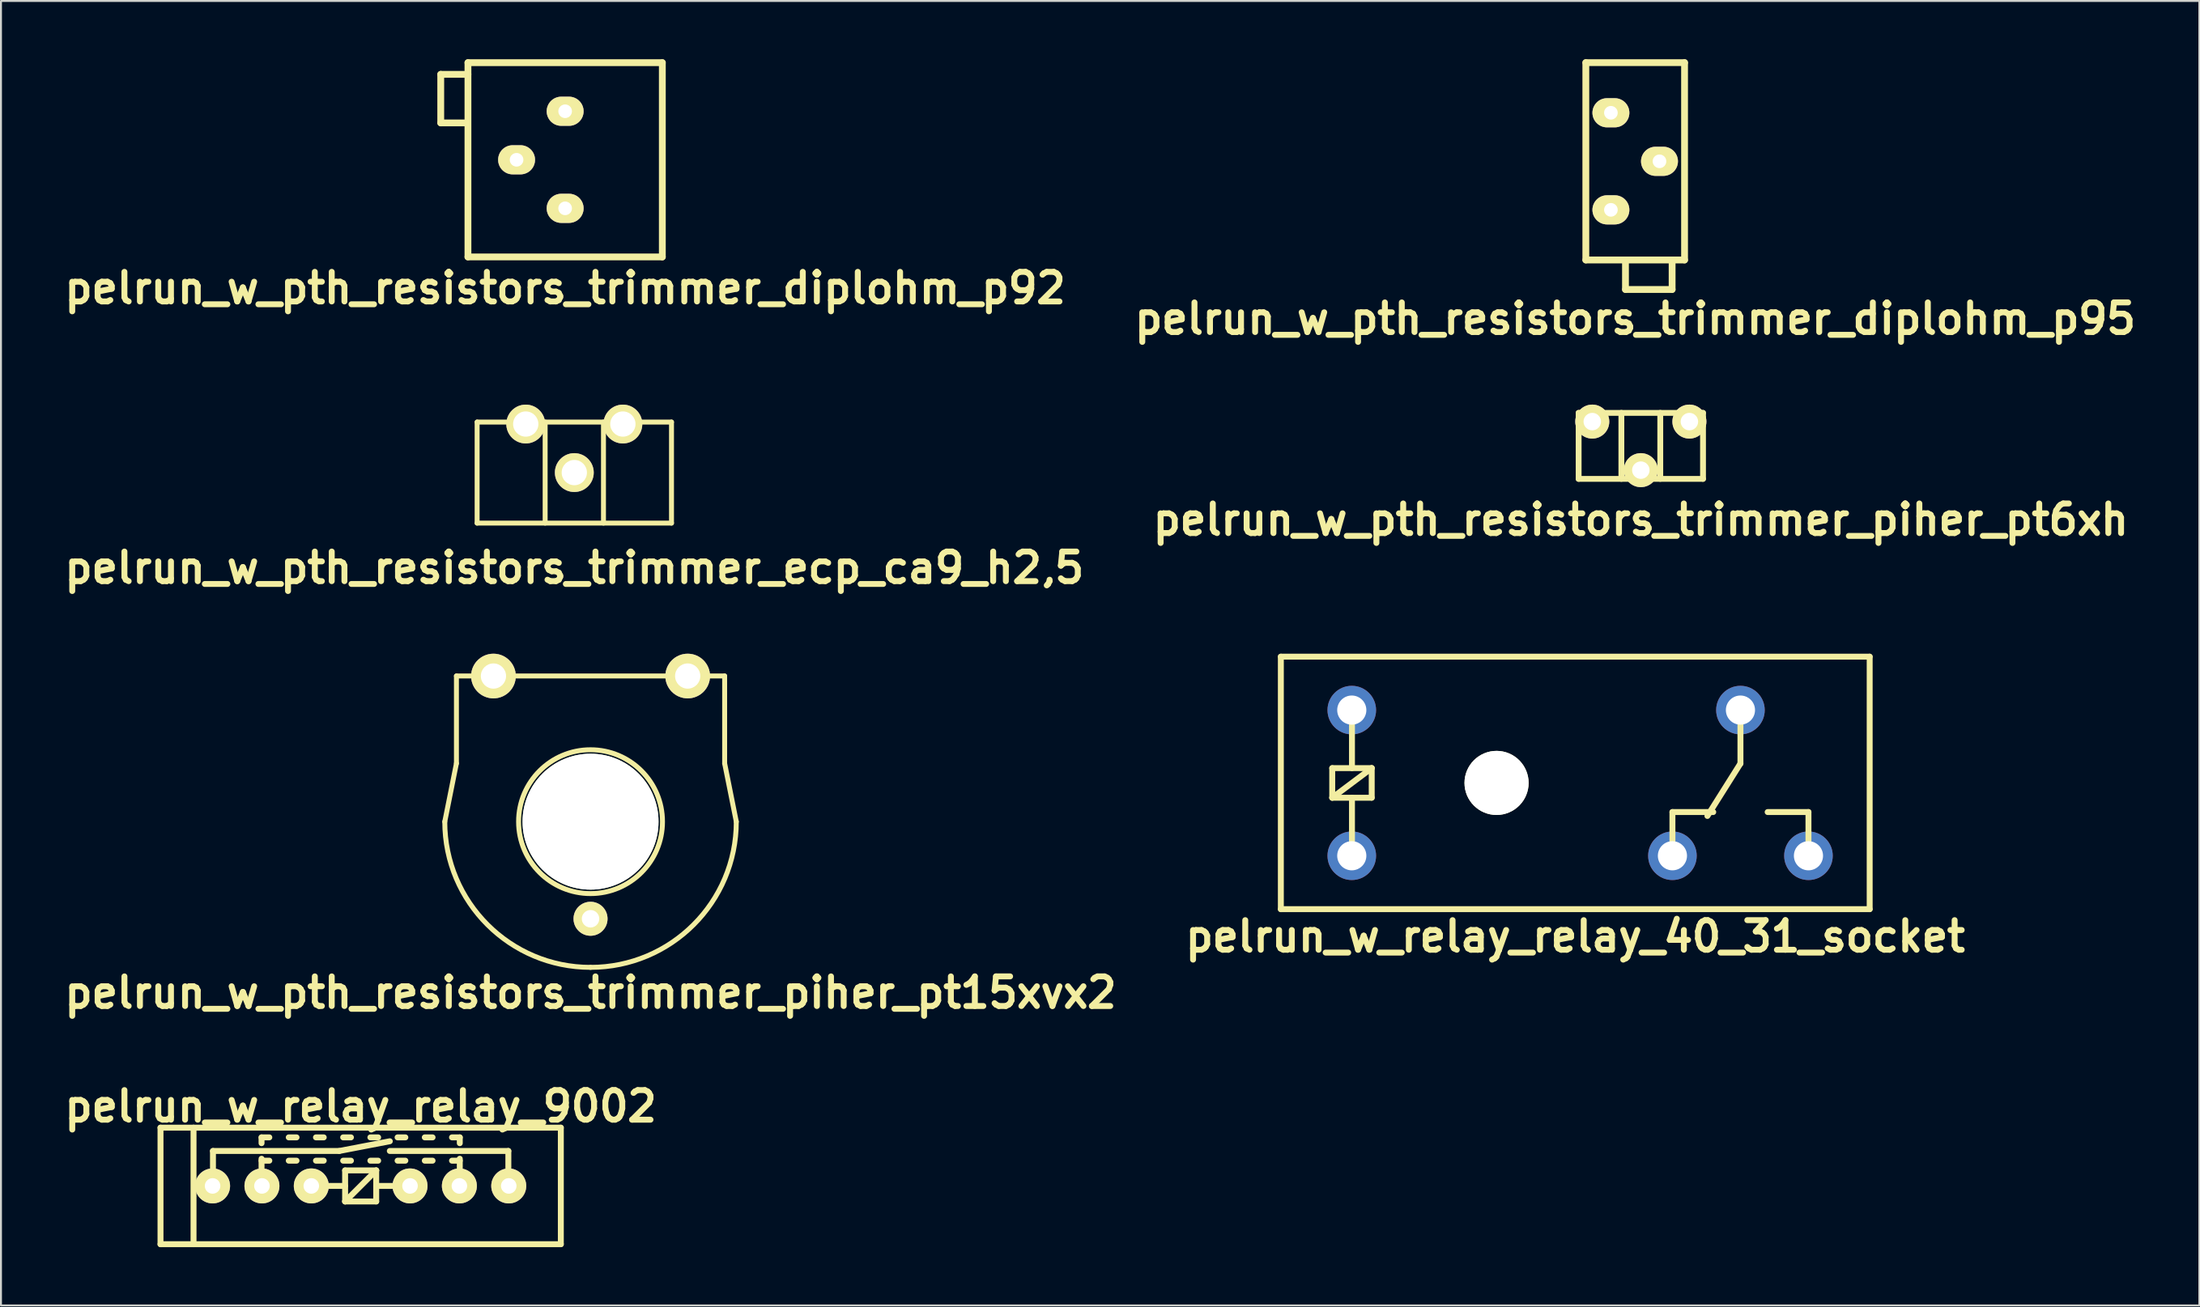
<source format=kicad_pcb>
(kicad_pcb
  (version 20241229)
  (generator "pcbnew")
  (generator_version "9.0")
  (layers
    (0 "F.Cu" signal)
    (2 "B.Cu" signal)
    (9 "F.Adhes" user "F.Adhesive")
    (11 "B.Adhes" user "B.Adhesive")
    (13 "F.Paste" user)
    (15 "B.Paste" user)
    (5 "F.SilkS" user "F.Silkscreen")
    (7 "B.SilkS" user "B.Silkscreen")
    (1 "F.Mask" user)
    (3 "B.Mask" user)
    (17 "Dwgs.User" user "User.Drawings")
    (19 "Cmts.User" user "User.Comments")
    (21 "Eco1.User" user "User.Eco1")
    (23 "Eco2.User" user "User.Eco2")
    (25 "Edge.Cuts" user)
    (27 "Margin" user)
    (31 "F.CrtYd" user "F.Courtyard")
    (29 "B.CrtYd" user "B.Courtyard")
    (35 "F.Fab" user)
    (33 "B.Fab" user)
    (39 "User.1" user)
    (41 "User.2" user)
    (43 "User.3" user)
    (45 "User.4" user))
  (footprint "pelrun_w_pth_resistors_trimmer_diplohm_p95"
    (layer "F.Cu")
    (at 81.094 5.255)
    (property "Reference" "pelrun_w_pth_resistors_trimmer_diplohm_p95" (at 0 8.1 0) (layer "F.SilkS") (effects (font (size 1.524 1.524) (thickness 0.305))))
    (attr through_hole)
    (fp_line (start -2.54 5.08) (end -2.54 -5.08) (stroke (width 0.351) (type solid)) (layer "F.SilkS"))
    (fp_line (start -0.5 5.1) (end -0.5 6.599) (stroke (width 0.351) (type solid)) (layer "F.SilkS"))
    (fp_line (start -0.498 6.599) (end 1.9 6.599) (stroke (width 0.351) (type solid)) (layer "F.SilkS"))
    (fp_line (start 1.9 6.599) (end 1.9 5.1) (stroke (width 0.351) (type solid)) (layer "F.SilkS"))
    (fp_line (start 2.54 -5.08) (end -2.54 -5.08) (stroke (width 0.351) (type solid)) (layer "F.SilkS"))
    (fp_line (start 2.54 -5.08) (end 2.54 5.08) (stroke (width 0.351) (type solid)) (layer "F.SilkS"))
    (fp_line (start 2.54 5.08) (end -2.54 5.08) (stroke (width 0.351) (type solid)) (layer "F.SilkS"))
    (pad "1" thru_hole oval (at -1.25 -2.499) (size 1.9 1.501) (drill 0.701) (layers "*.Cu" "*.Mask" "F.SilkS"))
    (pad "2" thru_hole oval (at 1.25 0) (size 1.9 1.501) (drill 0.701) (layers "*.Cu" "*.Mask" "F.SilkS"))
    (pad "3" thru_hole oval (at -1.25 2.499) (size 1.9 1.501) (drill 0.701) (layers "*.Cu" "*.Mask" "F.SilkS")))
  (footprint "pelrun_w_pth_resistors_trimmer_diplohm_p92"
    (layer "F.Cu")
    (at 26.031 5.177)
    (property "Reference" "pelrun_w_pth_resistors_trimmer_diplohm_p92" (at 0 6.604 0) (layer "F.SilkS") (effects (font (size 1.524 1.524) (thickness 0.305))))
    (attr through_hole)
    (fp_line (start -6.401 -4.399) (end -6.401 -1.9) (stroke (width 0.351) (type solid)) (layer "F.SilkS"))
    (fp_line (start -6.401 -1.9) (end -5.1 -1.9) (stroke (width 0.351) (type solid)) (layer "F.SilkS"))
    (fp_line (start -5.001 -5.001) (end 5.001 -5.001) (stroke (width 0.351) (type solid)) (layer "F.SilkS"))
    (fp_line (start -5.001 -4.399) (end -6.401 -4.399) (stroke (width 0.351) (type solid)) (layer "F.SilkS"))
    (fp_line (start -5.001 5.001) (end -5.001 -5.001) (stroke (width 0.351) (type solid)) (layer "F.SilkS"))
    (fp_line (start 5.001 -5.001) (end 5.001 5.001) (stroke (width 0.351) (type solid)) (layer "F.SilkS"))
    (fp_line (start 5.001 5.001) (end -5.001 5.001) (stroke (width 0.351) (type solid)) (layer "F.SilkS"))
    (pad "1" thru_hole oval (at 0 -2.499) (size 1.9 1.501) (drill 0.701) (layers "*.Cu" "*.Mask" "F.SilkS"))
    (pad "2" thru_hole oval (at -2.499 0) (size 1.9 1.501) (drill 0.701) (layers "*.Cu" "*.Mask" "F.SilkS"))
    (pad "3" thru_hole oval (at 0 2.499) (size 1.9 1.501) (drill 0.701) (layers "*.Cu" "*.Mask" "F.SilkS")))
  (footprint "pelrun_w_pth_resistors_trimmer_ecp_ca9_h2,5"
    (layer "F.Cu")
    (at 26.503 21.281)
    (property "Reference" "pelrun_w_pth_resistors_trimmer_ecp_ca9_h2,5" (at 0 4.9 0) (layer "F.SilkS") (effects (font (size 1.524 1.524) (thickness 0.305))))
    (attr through_hole)
    (fp_line (start -5.001 -2.601) (end 5.001 -2.601) (stroke (width 0.254) (type solid)) (layer "F.SilkS"))
    (fp_line (start -5.001 2.601) (end -5.001 -2.601) (stroke (width 0.254) (type solid)) (layer "F.SilkS"))
    (fp_line (start -1.501 -2.601) (end -1.501 2.601) (stroke (width 0.254) (type solid)) (layer "F.SilkS"))
    (fp_line (start 1.501 -2.601) (end 1.501 2.601) (stroke (width 0.254) (type solid)) (layer "F.SilkS"))
    (fp_line (start 5.001 -2.601) (end 5.001 2.601) (stroke (width 0.254) (type solid)) (layer "F.SilkS"))
    (fp_line (start 5.001 2.601) (end -5.001 2.601) (stroke (width 0.254) (type solid)) (layer "F.SilkS"))
    (pad "1" thru_hole circle (at 2.499 -2.499) (size 1.999 1.999) (drill 1.3) (layers "*.Cu" "*.Mask" "F.SilkS"))
    (pad "2" thru_hole circle (at 0 0) (size 1.999 1.999) (drill 1.3) (layers "*.Cu" "*.Mask" "F.SilkS"))
    (pad "3" thru_hole circle (at -2.499 -2.499) (size 1.999 1.999) (drill 1.3) (layers "*.Cu" "*.Mask" "F.SilkS")))
  (footprint "pelrun_w_pth_resistors_trimmer_piher_pt15xvx2"
    (layer "F.Cu")
    (at 27.338 39.254)
    (property "Reference" "pelrun_w_pth_resistors_trimmer_piher_pt15xvx2" (at 0 8.801 0) (layer "F.SilkS") (effects (font (size 1.524 1.524) (thickness 0.305))))
    (attr through_hole)
    (fp_line (start -7.501 0) (end -6.901 -3) (stroke (width 0.254) (type solid)) (layer "F.SilkS"))
    (fp_line (start -6.901 -7.501) (end 6.901 -7.501) (stroke (width 0.254) (type solid)) (layer "F.SilkS"))
    (fp_line (start -6.901 -3) (end -6.901 -7.501) (stroke (width 0.254) (type solid)) (layer "F.SilkS"))
    (fp_line (start 6.901 -7.501) (end 6.901 -3) (stroke (width 0.254) (type solid)) (layer "F.SilkS"))
    (fp_line (start 7.501 0) (end 6.901 -3) (stroke (width 0.254) (type solid)) (layer "F.SilkS"))
    (fp_arc (start 0 7.50062) (mid -5.303739 5.303739) (end -7.50062 0) (stroke (width 0.254) (type solid)) (layer "F.SilkS"))
    (fp_arc (start 7.50062 0) (mid 5.303739 5.303739) (end 0 7.50062) (stroke (width 0.254) (type solid)) (layer "F.SilkS"))
    (fp_circle (center 0 0) (end -3.701 -0.099) (stroke (width 0.254) (type solid)) (fill no) (layer "F.SilkS"))
    (pad "" np_thru_hole circle (at 0 0) (size 6.998 6.998) (drill 6.998) (layers "*.Cu" "*.Mask" "F.SilkS"))
    (pad "1" thru_hole circle (at 4.999 -7.498) (size 2.299 2.299) (drill 1.298) (layers "*.Cu" "*.Mask" "F.SilkS"))
    (pad "2" thru_hole circle (at 0 4.999) (size 1.75 1.75) (drill 0.899) (layers "*.Cu" "*.Mask" "F.SilkS"))
    (pad "3" thru_hole circle (at -4.996 -7.498) (size 2.299 2.299) (drill 1.298) (layers "*.Cu" "*.Mask" "F.SilkS")))
  (footprint "pelrun_w_relay_relay_40_31_socket"
    (layer "F.Cu")
    (at 78.01 37.259)
    (property "Reference" "pelrun_w_relay_relay_40_31_socket" (at 0 7.9 0) (layer "F.SilkS") (effects (font (size 1.524 1.524) (thickness 0.305))))
    (attr through_hole)
    (fp_line (start -15.15 -6.5) (end -15.15 6.5) (stroke (width 0.305) (type solid)) (layer "F.SilkS"))
    (fp_line (start -15.15 -6.5) (end 15.15 -6.5) (stroke (width 0.305) (type solid)) (layer "F.SilkS"))
    (fp_line (start -15.15 6.5) (end 15.15 6.5) (stroke (width 0.305) (type solid)) (layer "F.SilkS"))
    (fp_line (start -12.506 -0.762) (end -10.474 -0.762) (stroke (width 0.305) (type solid)) (layer "F.SilkS"))
    (fp_line (start -12.506 0.762) (end -12.506 -0.762) (stroke (width 0.305) (type solid)) (layer "F.SilkS"))
    (fp_line (start -12.506 0.762) (end -10.474 -0.762) (stroke (width 0.305) (type solid)) (layer "F.SilkS"))
    (fp_line (start -11.49 -3.81) (end -11.49 -0.762) (stroke (width 0.305) (type solid)) (layer "F.SilkS"))
    (fp_line (start -11.49 3.81) (end -11.49 0.762) (stroke (width 0.305) (type solid)) (layer "F.SilkS"))
    (fp_line (start -10.474 -0.762) (end -10.474 0.762) (stroke (width 0.305) (type solid)) (layer "F.SilkS"))
    (fp_line (start -10.474 0.762) (end -12.506 0.762) (stroke (width 0.305) (type solid)) (layer "F.SilkS"))
    (fp_line (start 5 1.5) (end 7.1 1.5) (stroke (width 0.305) (type solid)) (layer "F.SilkS"))
    (fp_line (start 5 3.7) (end 5 1.5) (stroke (width 0.305) (type solid)) (layer "F.SilkS"))
    (fp_line (start 8.5 -1) (end 6.8 1.7) (stroke (width 0.305) (type solid)) (layer "F.SilkS"))
    (fp_line (start 8.5 -1) (end 8.5 -3.8) (stroke (width 0.305) (type solid)) (layer "F.SilkS"))
    (fp_line (start 12 1.5) (end 9.9 1.5) (stroke (width 0.305) (type solid)) (layer "F.SilkS"))
    (fp_line (start 12 3.7) (end 12 1.5) (stroke (width 0.305) (type solid)) (layer "F.SilkS"))
    (fp_line (start 15.15 -6.5) (end 15.15 6.5) (stroke (width 0.305) (type solid)) (layer "F.SilkS"))
    (pad "" np_thru_hole circle (at -4.05 0) (size 3.3 3.3) (drill 3.3) (layers "*.Cu" "F.SilkS"))
    (pad "1" thru_hole circle (at -11.5 3.75) (size 2.5 2.5) (drill 1.5) (layers "*.Cu" "*.Mask"))
    (pad "2" thru_hole circle (at -11.5 -3.75) (size 2.5 2.5) (drill 1.5) (layers "*.Cu" "*.Mask"))
    (pad "11" thru_hole circle (at 8.5 -3.75) (size 2.5 2.5) (drill 1.5) (layers "*.Cu" "*.Mask"))
    (pad "12" thru_hole circle (at 5 3.75) (size 2.5 2.5) (drill 1.5) (layers "*.Cu" "*.Mask"))
    (pad "14" thru_hole circle (at 12 3.75) (size 2.5 2.5) (drill 1.5) (layers "*.Cu" "*.Mask")))
  (footprint "pelrun_w_relay_relay_9002"
    (layer "F.Cu")
    (at 15.509 58.008)
    (property "Reference" "pelrun_w_relay_relay_9002" (at 0 -4.1 0) (layer "F.SilkS") (effects (font (size 1.524 1.524) (thickness 0.305))))
    (attr through_hole)
    (fp_line (start -10.3 -3) (end -10.3 3) (stroke (width 0.305) (type solid)) (layer "F.SilkS"))
    (fp_line (start -10.3 -3) (end 10.3 -3) (stroke (width 0.305) (type solid)) (layer "F.SilkS"))
    (fp_line (start -10.3 3) (end 10.3 3) (stroke (width 0.305) (type solid)) (layer "F.SilkS"))
    (fp_line (start -8.6 -3) (end -8.6 3) (stroke (width 0.305) (type solid)) (layer "F.SilkS"))
    (fp_line (start -7.6 -1.8) (end -7.6 0) (stroke (width 0.305) (type solid)) (layer "F.SilkS"))
    (fp_line (start -7.6 -1.8) (end -1.1 -1.8) (stroke (width 0.305) (type solid)) (layer "F.SilkS"))
    (fp_line (start -5.1 -2.5) (end -4.7 -2.5) (stroke (width 0.305) (type solid)) (layer "F.SilkS"))
    (fp_line (start -5.1 -2.2) (end -5.1 -2.5) (stroke (width 0.305) (type solid)) (layer "F.SilkS"))
    (fp_line (start -5.1 -1.3) (end -4.7 -1.3) (stroke (width 0.305) (type solid)) (layer "F.SilkS"))
    (fp_line (start -5.1 0) (end -5.1 -1.4) (stroke (width 0.305) (type solid)) (layer "F.SilkS"))
    (fp_line (start -3.7 -2.5) (end -3.3 -2.5) (stroke (width 0.305) (type solid)) (layer "F.SilkS"))
    (fp_line (start -3.7 -1.3) (end -3.3 -1.3) (stroke (width 0.305) (type solid)) (layer "F.SilkS"))
    (fp_line (start -2.5 0) (end -0.8 0) (stroke (width 0.305) (type solid)) (layer "F.SilkS"))
    (fp_line (start -2.3 -2.5) (end -1.9 -2.5) (stroke (width 0.305) (type solid)) (layer "F.SilkS"))
    (fp_line (start -2.3 -1.3) (end -1.9 -1.3) (stroke (width 0.305) (type solid)) (layer "F.SilkS"))
    (fp_line (start -1.1 -1.8) (end 1.5 -2.3) (stroke (width 0.305) (type solid)) (layer "F.SilkS"))
    (fp_line (start -0.9 -2.5) (end -0.5 -2.5) (stroke (width 0.305) (type solid)) (layer "F.SilkS"))
    (fp_line (start -0.9 -1.3) (end -0.5 -1.3) (stroke (width 0.305) (type solid)) (layer "F.SilkS"))
    (fp_line (start -0.8 -0.8) (end 0.8 -0.8) (stroke (width 0.305) (type solid)) (layer "F.SilkS"))
    (fp_line (start -0.8 0.8) (end -0.8 -0.8) (stroke (width 0.305) (type solid)) (layer "F.SilkS"))
    (fp_line (start -0.8 0.8) (end 0.8 -0.8) (stroke (width 0.305) (type solid)) (layer "F.SilkS"))
    (fp_line (start -0.8 0.8) (end 0.8 0.8) (stroke (width 0.305) (type solid)) (layer "F.SilkS"))
    (fp_line (start 0.5 -2.5) (end 0.9 -2.5) (stroke (width 0.305) (type solid)) (layer "F.SilkS"))
    (fp_line (start 0.5 -1.3) (end 0.9 -1.3) (stroke (width 0.305) (type solid)) (layer "F.SilkS"))
    (fp_line (start 0.8 -0.8) (end 0.8 0.8) (stroke (width 0.305) (type solid)) (layer "F.SilkS"))
    (fp_line (start 0.8 0) (end 2.5 0) (stroke (width 0.305) (type solid)) (layer "F.SilkS"))
    (fp_line (start 1.5 -1.8) (end 7.6 -1.8) (stroke (width 0.305) (type solid)) (layer "F.SilkS"))
    (fp_line (start 1.9 -2.5) (end 2.3 -2.5) (stroke (width 0.305) (type solid)) (layer "F.SilkS"))
    (fp_line (start 1.9 -1.3) (end 2.3 -1.3) (stroke (width 0.305) (type solid)) (layer "F.SilkS"))
    (fp_line (start 3.3 -2.5) (end 3.7 -2.5) (stroke (width 0.305) (type solid)) (layer "F.SilkS"))
    (fp_line (start 3.3 -1.3) (end 3.7 -1.3) (stroke (width 0.305) (type solid)) (layer "F.SilkS"))
    (fp_line (start 4.7 -2.5) (end 5.1 -2.5) (stroke (width 0.305) (type solid)) (layer "F.SilkS"))
    (fp_line (start 4.7 -1.3) (end 5.1 -1.3) (stroke (width 0.305) (type solid)) (layer "F.SilkS"))
    (fp_line (start 5.1 -2.2) (end 5.1 -2.5) (stroke (width 0.305) (type solid)) (layer "F.SilkS"))
    (fp_line (start 5.1 0) (end 5.1 -1.4) (stroke (width 0.305) (type solid)) (layer "F.SilkS"))
    (fp_line (start 7.6 -1.8) (end 7.6 0) (stroke (width 0.305) (type solid)) (layer "F.SilkS"))
    (fp_line (start 10.3 -3) (end 10.3 3) (stroke (width 0.305) (type solid)) (layer "F.SilkS"))
    (pad "1" thru_hole circle (at -7.62 0) (size 1.8 1.8) (drill 0.8) (layers "*.Cu" "*.Mask" "F.SilkS"))
    (pad "2" thru_hole circle (at -5.08 0) (size 1.8 1.8) (drill 0.8) (layers "*.Cu" "*.Mask" "F.SilkS"))
    (pad "3" thru_hole circle (at -2.54 0) (size 1.8 1.8) (drill 0.8) (layers "*.Cu" "*.Mask" "F.SilkS"))
    (pad "5" thru_hole circle (at 2.54 0) (size 1.8 1.8) (drill 0.8) (layers "*.Cu" "*.Mask" "F.SilkS"))
    (pad "6" thru_hole circle (at 5.08 0) (size 1.8 1.8) (drill 0.8) (layers "*.Cu" "*.Mask" "F.SilkS"))
    (pad "7" thru_hole circle (at 7.62 0) (size 1.8 1.8) (drill 0.8) (layers "*.Cu" "*.Mask" "F.SilkS")))
  (footprint "pelrun_w_pth_resistors_trimmer_piher_pt6xh"
    (layer "F.Cu")
    (at 81.384 19.906)
    (property "Reference" "pelrun_w_pth_resistors_trimmer_piher_pt6xh" (at 0 3.8 0) (layer "F.SilkS") (effects (font (size 1.524 1.524) (thickness 0.305))))
    (attr through_hole)
    (fp_line (start -3.2 -1.699) (end 3.2 -1.699) (stroke (width 0.3) (type solid)) (layer "F.SilkS"))
    (fp_line (start -3.2 1.699) (end -3.2 -1.699) (stroke (width 0.3) (type solid)) (layer "F.SilkS"))
    (fp_line (start -1.001 -1.699) (end -1.001 1.699) (stroke (width 0.3) (type solid)) (layer "F.SilkS"))
    (fp_line (start 1.001 -1.699) (end 1.001 1.699) (stroke (width 0.3) (type solid)) (layer "F.SilkS"))
    (fp_line (start 3.2 -1.699) (end 3.2 1.699) (stroke (width 0.3) (type solid)) (layer "F.SilkS"))
    (fp_line (start 3.2 1.699) (end -3.2 1.699) (stroke (width 0.3) (type solid)) (layer "F.SilkS"))
    (pad "1" thru_hole circle (at 2.499 -1.25) (size 1.75 1.75) (drill 0.899) (layers "*.Cu" "*.Mask" "F.SilkS"))
    (pad "2" thru_hole circle (at 0 1.25) (size 1.75 1.75) (drill 0.899) (layers "*.Cu" "*.Mask" "F.SilkS"))
    (pad "3" thru_hole circle (at -2.499 -1.25) (size 1.75 1.75) (drill 0.899) (layers "*.Cu" "*.Mask" "F.SilkS")))
  (gr_rect
    (start -3 -3)
    (end 110.125 64.161)
    (stroke (width 0.1) (type default))
    (fill no)
    (layer "Edge.Cuts")))
</source>
